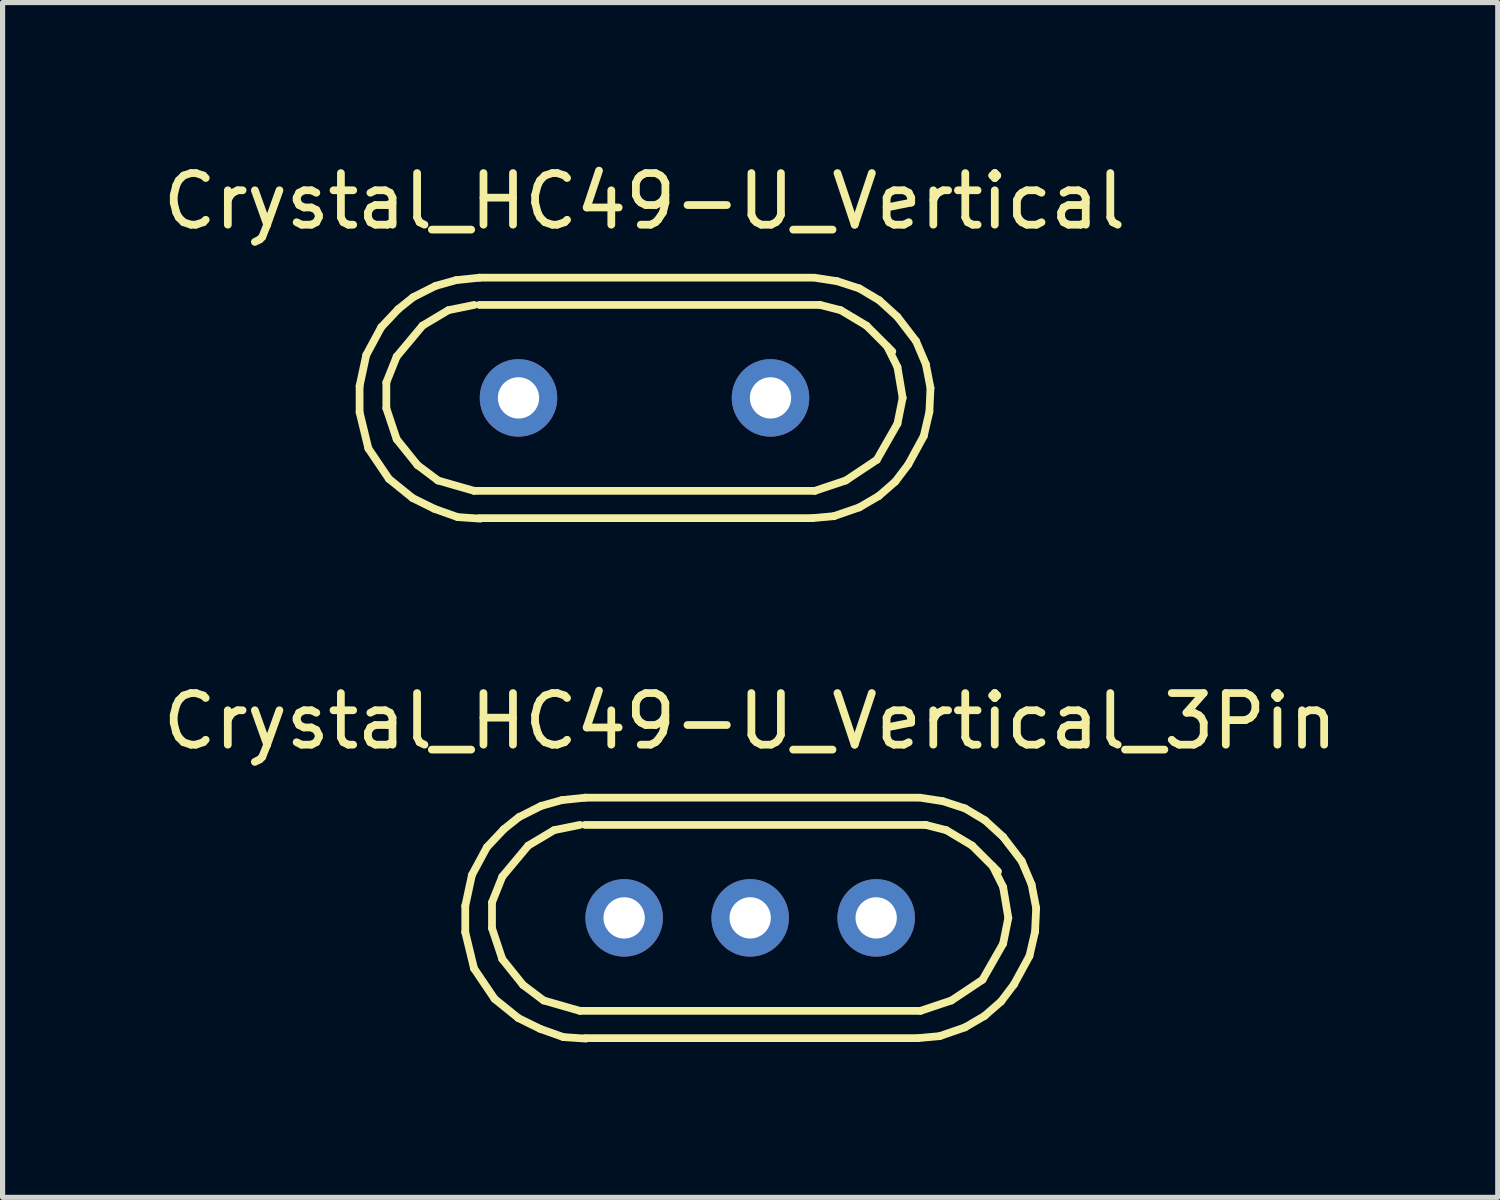
<source format=kicad_pcb>
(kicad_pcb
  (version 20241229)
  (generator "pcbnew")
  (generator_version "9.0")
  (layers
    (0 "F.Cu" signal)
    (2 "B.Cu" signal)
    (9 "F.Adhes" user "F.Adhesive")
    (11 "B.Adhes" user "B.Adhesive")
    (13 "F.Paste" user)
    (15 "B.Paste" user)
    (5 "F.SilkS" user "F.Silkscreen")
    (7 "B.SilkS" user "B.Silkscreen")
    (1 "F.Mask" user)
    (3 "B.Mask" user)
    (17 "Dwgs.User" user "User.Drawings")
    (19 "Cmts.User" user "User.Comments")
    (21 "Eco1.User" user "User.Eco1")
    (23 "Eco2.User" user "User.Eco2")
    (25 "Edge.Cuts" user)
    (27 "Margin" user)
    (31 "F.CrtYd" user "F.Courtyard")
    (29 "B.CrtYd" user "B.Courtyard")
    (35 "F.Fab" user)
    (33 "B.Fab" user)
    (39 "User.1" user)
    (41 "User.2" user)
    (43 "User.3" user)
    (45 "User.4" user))
  (footprint "Crystal_HC49-U_Vertical"
    (layer "F.Cu")
    (at 9.435 4.658)
    (property "Reference" "Crystal_HC49-U_Vertical" (at 0 -3.81 0) (layer "F.SilkS") (effects (font (size 1 1) (thickness 0.15))))
    (attr through_hole)
    (fp_line (start -5.519 -0.231) (end -5.519 0.279) (stroke (width 0.15) (type solid)) (layer "F.SilkS"))
    (fp_line (start -5.519 0.279) (end -5.349 0.98) (stroke (width 0.15) (type solid)) (layer "F.SilkS"))
    (fp_line (start -5.39 -0.831) (end -5.519 -0.231) (stroke (width 0.15) (type solid)) (layer "F.SilkS"))
    (fp_line (start -5.349 0.98) (end -4.95 1.57) (stroke (width 0.15) (type solid)) (layer "F.SilkS"))
    (fp_line (start -5.1 -1.369) (end -5.39 -0.831) (stroke (width 0.15) (type solid)) (layer "F.SilkS"))
    (fp_line (start -5.001 -0.3) (end -4.801 -0.8) (stroke (width 0.15) (type solid)) (layer "F.SilkS"))
    (fp_line (start -5.001 0.201) (end -5.001 -0.3) (stroke (width 0.15) (type solid)) (layer "F.SilkS"))
    (fp_line (start -4.95 1.57) (end -4.491 1.941) (stroke (width 0.15) (type solid)) (layer "F.SilkS"))
    (fp_line (start -4.801 -0.8) (end -4.3 -1.4) (stroke (width 0.15) (type solid)) (layer "F.SilkS"))
    (fp_line (start -4.801 0.8) (end -5.001 0.201) (stroke (width 0.15) (type solid)) (layer "F.SilkS"))
    (fp_line (start -4.77 -1.72) (end -5.1 -1.369) (stroke (width 0.15) (type solid)) (layer "F.SilkS"))
    (fp_line (start -4.491 1.941) (end -4.069 2.149) (stroke (width 0.15) (type solid)) (layer "F.SilkS"))
    (fp_line (start -4.481 -1.951) (end -4.77 -1.72) (stroke (width 0.15) (type solid)) (layer "F.SilkS"))
    (fp_line (start -4.399 1.3) (end -4.801 0.8) (stroke (width 0.15) (type solid)) (layer "F.SilkS"))
    (fp_line (start -4.3 -1.4) (end -3.8 -1.699) (stroke (width 0.15) (type solid)) (layer "F.SilkS"))
    (fp_line (start -4.069 2.149) (end -3.619 2.309) (stroke (width 0.15) (type solid)) (layer "F.SilkS"))
    (fp_line (start -4.049 -2.169) (end -4.481 -1.951) (stroke (width 0.15) (type solid)) (layer "F.SilkS"))
    (fp_line (start -4 1.6) (end -4.399 1.3) (stroke (width 0.15) (type solid)) (layer "F.SilkS"))
    (fp_line (start -3.8 -1.699) (end -3.299 -1.801) (stroke (width 0.15) (type solid)) (layer "F.SilkS"))
    (fp_line (start -3.65 -2.281) (end -4.049 -2.169) (stroke (width 0.15) (type solid)) (layer "F.SilkS"))
    (fp_line (start -3.619 2.309) (end -3.18 2.339) (stroke (width 0.15) (type solid)) (layer "F.SilkS"))
    (fp_line (start -3.299 1.801) (end -4 1.6) (stroke (width 0.15) (type solid)) (layer "F.SilkS"))
    (fp_line (start -3.2 -2.329) (end 3.251 -2.329) (stroke (width 0.15) (type solid)) (layer "F.SilkS"))
    (fp_line (start -3.2 -1.801) (end 3.401 -1.801) (stroke (width 0.15) (type solid)) (layer "F.SilkS"))
    (fp_line (start -3.2 2.329) (end 3.251 2.329) (stroke (width 0.15) (type solid)) (layer "F.SilkS"))
    (fp_line (start -3.19 -2.329) (end -3.65 -2.281) (stroke (width 0.15) (type solid)) (layer "F.SilkS"))
    (fp_line (start 3.251 2.329) (end 3.67 2.291) (stroke (width 0.15) (type solid)) (layer "F.SilkS"))
    (fp_line (start 3.299 1.801) (end -3.299 1.801) (stroke (width 0.15) (type solid)) (layer "F.SilkS"))
    (fp_line (start 3.401 -1.801) (end 3.8 -1.699) (stroke (width 0.15) (type solid)) (layer "F.SilkS"))
    (fp_line (start 3.67 2.291) (end 4.161 2.121) (stroke (width 0.15) (type solid)) (layer "F.SilkS"))
    (fp_line (start 3.731 -2.261) (end 3.289 -2.329) (stroke (width 0.15) (type solid)) (layer "F.SilkS"))
    (fp_line (start 3.8 -1.699) (end 4.3 -1.4) (stroke (width 0.15) (type solid)) (layer "F.SilkS"))
    (fp_line (start 3.899 1.6) (end 3.299 1.801) (stroke (width 0.15) (type solid)) (layer "F.SilkS"))
    (fp_line (start 4.161 -2.121) (end 3.731 -2.261) (stroke (width 0.15) (type solid)) (layer "F.SilkS"))
    (fp_line (start 4.161 2.121) (end 4.539 1.9) (stroke (width 0.15) (type solid)) (layer "F.SilkS"))
    (fp_line (start 4.3 -1.4) (end 4.801 -0.899) (stroke (width 0.15) (type solid)) (layer "F.SilkS"))
    (fp_line (start 4.501 1.199) (end 3.899 1.6) (stroke (width 0.15) (type solid)) (layer "F.SilkS"))
    (fp_line (start 4.539 1.9) (end 4.859 1.621) (stroke (width 0.15) (type solid)) (layer "F.SilkS"))
    (fp_line (start 4.549 -1.89) (end 4.161 -2.121) (stroke (width 0.15) (type solid)) (layer "F.SilkS"))
    (fp_line (start 4.699 -1.001) (end 4.9 -0.599) (stroke (width 0.15) (type solid)) (layer "F.SilkS"))
    (fp_line (start 4.859 1.621) (end 5.11 1.29) (stroke (width 0.15) (type solid)) (layer "F.SilkS"))
    (fp_line (start 4.9 -1.57) (end 4.549 -1.89) (stroke (width 0.15) (type solid)) (layer "F.SilkS"))
    (fp_line (start 4.9 -0.599) (end 5.001 0) (stroke (width 0.15) (type solid)) (layer "F.SilkS"))
    (fp_line (start 4.9 0.5) (end 4.501 1.199) (stroke (width 0.15) (type solid)) (layer "F.SilkS"))
    (fp_line (start 5.001 0) (end 4.9 0.5) (stroke (width 0.15) (type solid)) (layer "F.SilkS"))
    (fp_line (start 5.11 1.29) (end 5.41 0.739) (stroke (width 0.15) (type solid)) (layer "F.SilkS"))
    (fp_line (start 5.26 -1.1) (end 4.9 -1.57) (stroke (width 0.15) (type solid)) (layer "F.SilkS"))
    (fp_line (start 5.41 0.739) (end 5.519 0.269) (stroke (width 0.15) (type solid)) (layer "F.SilkS"))
    (fp_line (start 5.451 -0.65) (end 5.26 -1.1) (stroke (width 0.15) (type solid)) (layer "F.SilkS"))
    (fp_line (start 5.519 0.269) (end 5.54 -0.191) (stroke (width 0.15) (type solid)) (layer "F.SilkS"))
    (fp_line (start 5.54 -0.191) (end 5.451 -0.65) (stroke (width 0.15) (type solid)) (layer "F.SilkS"))
    (pad "1" thru_hole circle (at -2.441 0) (size 1.501 1.501) (drill 0.8) (layers "*.Cu" "*.Mask"))
    (pad "2" thru_hole circle (at 2.441 0) (size 1.501 1.501) (drill 0.8) (layers "*.Cu" "*.Mask")))
  (footprint "Crystal_HC49-U_Vertical_3Pin"
    (layer "F.Cu")
    (at 11.482 14.731)
    (property "Reference" "Crystal_HC49-U_Vertical_3Pin" (at 0 -3.81 0) (layer "F.SilkS") (effects (font (size 1 1) (thickness 0.15))))
    (attr through_hole)
    (fp_line (start -5.519 -0.231) (end -5.519 0.279) (stroke (width 0.15) (type solid)) (layer "F.SilkS"))
    (fp_line (start -5.519 0.279) (end -5.349 0.98) (stroke (width 0.15) (type solid)) (layer "F.SilkS"))
    (fp_line (start -5.39 -0.831) (end -5.519 -0.231) (stroke (width 0.15) (type solid)) (layer "F.SilkS"))
    (fp_line (start -5.349 0.98) (end -4.95 1.57) (stroke (width 0.15) (type solid)) (layer "F.SilkS"))
    (fp_line (start -5.1 -1.369) (end -5.39 -0.831) (stroke (width 0.15) (type solid)) (layer "F.SilkS"))
    (fp_line (start -5.001 -0.3) (end -4.801 -0.8) (stroke (width 0.15) (type solid)) (layer "F.SilkS"))
    (fp_line (start -5.001 0.201) (end -5.001 -0.3) (stroke (width 0.15) (type solid)) (layer "F.SilkS"))
    (fp_line (start -4.95 1.57) (end -4.491 1.941) (stroke (width 0.15) (type solid)) (layer "F.SilkS"))
    (fp_line (start -4.801 -0.8) (end -4.3 -1.4) (stroke (width 0.15) (type solid)) (layer "F.SilkS"))
    (fp_line (start -4.801 0.8) (end -5.001 0.201) (stroke (width 0.15) (type solid)) (layer "F.SilkS"))
    (fp_line (start -4.77 -1.72) (end -5.1 -1.369) (stroke (width 0.15) (type solid)) (layer "F.SilkS"))
    (fp_line (start -4.491 1.941) (end -4.069 2.149) (stroke (width 0.15) (type solid)) (layer "F.SilkS"))
    (fp_line (start -4.481 -1.951) (end -4.77 -1.72) (stroke (width 0.15) (type solid)) (layer "F.SilkS"))
    (fp_line (start -4.399 1.3) (end -4.801 0.8) (stroke (width 0.15) (type solid)) (layer "F.SilkS"))
    (fp_line (start -4.3 -1.4) (end -3.8 -1.699) (stroke (width 0.15) (type solid)) (layer "F.SilkS"))
    (fp_line (start -4.069 2.149) (end -3.619 2.309) (stroke (width 0.15) (type solid)) (layer "F.SilkS"))
    (fp_line (start -4.049 -2.169) (end -4.481 -1.951) (stroke (width 0.15) (type solid)) (layer "F.SilkS"))
    (fp_line (start -4 1.6) (end -4.399 1.3) (stroke (width 0.15) (type solid)) (layer "F.SilkS"))
    (fp_line (start -3.8 -1.699) (end -3.299 -1.801) (stroke (width 0.15) (type solid)) (layer "F.SilkS"))
    (fp_line (start -3.65 -2.281) (end -4.049 -2.169) (stroke (width 0.15) (type solid)) (layer "F.SilkS"))
    (fp_line (start -3.619 2.309) (end -3.18 2.339) (stroke (width 0.15) (type solid)) (layer "F.SilkS"))
    (fp_line (start -3.299 1.801) (end -4 1.6) (stroke (width 0.15) (type solid)) (layer "F.SilkS"))
    (fp_line (start -3.2 -2.329) (end 3.251 -2.329) (stroke (width 0.15) (type solid)) (layer "F.SilkS"))
    (fp_line (start -3.2 -1.801) (end 3.401 -1.801) (stroke (width 0.15) (type solid)) (layer "F.SilkS"))
    (fp_line (start -3.2 2.329) (end 3.251 2.329) (stroke (width 0.15) (type solid)) (layer "F.SilkS"))
    (fp_line (start -3.19 -2.329) (end -3.65 -2.281) (stroke (width 0.15) (type solid)) (layer "F.SilkS"))
    (fp_line (start 3.251 2.329) (end 3.67 2.291) (stroke (width 0.15) (type solid)) (layer "F.SilkS"))
    (fp_line (start 3.299 1.801) (end -3.299 1.801) (stroke (width 0.15) (type solid)) (layer "F.SilkS"))
    (fp_line (start 3.401 -1.801) (end 3.8 -1.699) (stroke (width 0.15) (type solid)) (layer "F.SilkS"))
    (fp_line (start 3.67 2.291) (end 4.161 2.121) (stroke (width 0.15) (type solid)) (layer "F.SilkS"))
    (fp_line (start 3.731 -2.261) (end 3.289 -2.329) (stroke (width 0.15) (type solid)) (layer "F.SilkS"))
    (fp_line (start 3.8 -1.699) (end 4.3 -1.4) (stroke (width 0.15) (type solid)) (layer "F.SilkS"))
    (fp_line (start 3.899 1.6) (end 3.299 1.801) (stroke (width 0.15) (type solid)) (layer "F.SilkS"))
    (fp_line (start 4.161 -2.121) (end 3.731 -2.261) (stroke (width 0.15) (type solid)) (layer "F.SilkS"))
    (fp_line (start 4.161 2.121) (end 4.539 1.9) (stroke (width 0.15) (type solid)) (layer "F.SilkS"))
    (fp_line (start 4.3 -1.4) (end 4.801 -0.899) (stroke (width 0.15) (type solid)) (layer "F.SilkS"))
    (fp_line (start 4.501 1.199) (end 3.899 1.6) (stroke (width 0.15) (type solid)) (layer "F.SilkS"))
    (fp_line (start 4.539 1.9) (end 4.859 1.621) (stroke (width 0.15) (type solid)) (layer "F.SilkS"))
    (fp_line (start 4.549 -1.89) (end 4.161 -2.121) (stroke (width 0.15) (type solid)) (layer "F.SilkS"))
    (fp_line (start 4.699 -1.001) (end 4.9 -0.599) (stroke (width 0.15) (type solid)) (layer "F.SilkS"))
    (fp_line (start 4.859 1.621) (end 5.11 1.29) (stroke (width 0.15) (type solid)) (layer "F.SilkS"))
    (fp_line (start 4.9 -1.57) (end 4.549 -1.89) (stroke (width 0.15) (type solid)) (layer "F.SilkS"))
    (fp_line (start 4.9 -0.599) (end 5.001 0) (stroke (width 0.15) (type solid)) (layer "F.SilkS"))
    (fp_line (start 4.9 0.5) (end 4.501 1.199) (stroke (width 0.15) (type solid)) (layer "F.SilkS"))
    (fp_line (start 5.001 0) (end 4.9 0.5) (stroke (width 0.15) (type solid)) (layer "F.SilkS"))
    (fp_line (start 5.11 1.29) (end 5.41 0.739) (stroke (width 0.15) (type solid)) (layer "F.SilkS"))
    (fp_line (start 5.26 -1.1) (end 4.9 -1.57) (stroke (width 0.15) (type solid)) (layer "F.SilkS"))
    (fp_line (start 5.41 0.739) (end 5.519 0.269) (stroke (width 0.15) (type solid)) (layer "F.SilkS"))
    (fp_line (start 5.451 -0.65) (end 5.26 -1.1) (stroke (width 0.15) (type solid)) (layer "F.SilkS"))
    (fp_line (start 5.519 0.269) (end 5.54 -0.191) (stroke (width 0.15) (type solid)) (layer "F.SilkS"))
    (fp_line (start 5.54 -0.191) (end 5.451 -0.65) (stroke (width 0.15) (type solid)) (layer "F.SilkS"))
    (pad "1" thru_hole circle (at -2.441 0) (size 1.501 1.501) (drill 0.8) (layers "*.Cu" "*.Mask"))
    (pad "2" thru_hole circle (at 2.441 0) (size 1.501 1.501) (drill 0.8) (layers "*.Cu" "*.Mask"))
    (pad "3" thru_hole circle (at 0 0) (size 1.501 1.501) (drill 0.8) (layers "*.Cu" "*.Mask")))
  (gr_rect
    (start -3 -3)
    (end 25.964 20.145)
    (stroke (width 0.1) (type default))
    (fill no)
    (layer "Edge.Cuts")))
</source>
